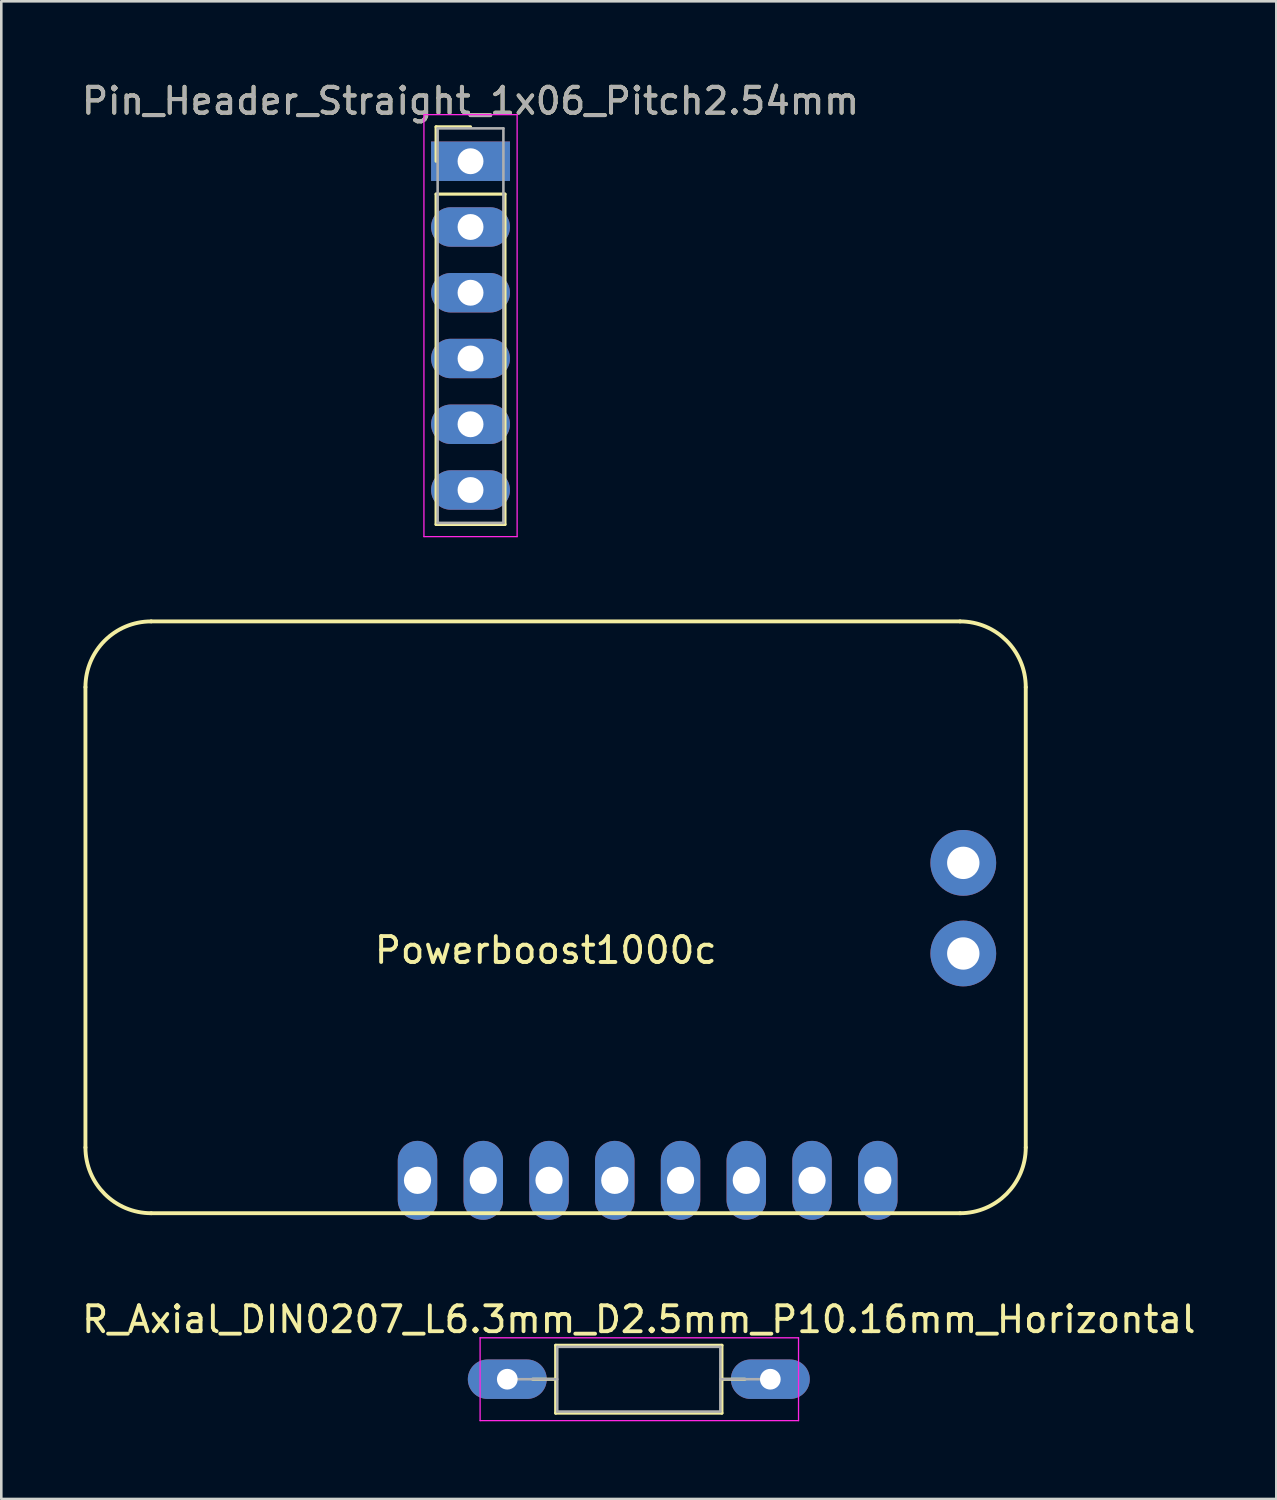
<source format=kicad_pcb>
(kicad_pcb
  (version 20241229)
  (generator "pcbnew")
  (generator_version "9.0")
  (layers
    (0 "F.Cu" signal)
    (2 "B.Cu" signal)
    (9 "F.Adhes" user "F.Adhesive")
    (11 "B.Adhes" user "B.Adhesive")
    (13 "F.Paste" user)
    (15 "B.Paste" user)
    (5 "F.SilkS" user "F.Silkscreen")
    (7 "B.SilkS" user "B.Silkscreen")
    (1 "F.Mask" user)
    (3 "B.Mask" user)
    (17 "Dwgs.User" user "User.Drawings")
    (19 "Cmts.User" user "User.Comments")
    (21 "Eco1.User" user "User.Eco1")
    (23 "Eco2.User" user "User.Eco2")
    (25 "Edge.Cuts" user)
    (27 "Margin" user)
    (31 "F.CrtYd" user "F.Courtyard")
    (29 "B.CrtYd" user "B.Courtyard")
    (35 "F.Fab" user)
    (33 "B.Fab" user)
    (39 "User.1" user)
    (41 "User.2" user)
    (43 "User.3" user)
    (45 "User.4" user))
  (footprint "Pin_Header_Straight_1x06_Pitch2.54mm"
    (layer "F.Cu")
    (at 15.125 3.178)
    (property "Reference" "Pin_Header_Straight_1x06_Pitch2.54mm" (at 0 -2.33 0) (layer "F.SilkS") (effects (font (size 1 1) (thickness 0.15))))
    (attr through_hole)
    (fp_line (start -1.33 -1.33) (end 0 -1.33) (stroke (width 0.12) (type solid)) (layer "F.SilkS"))
    (fp_line (start -1.33 0) (end -1.33 -1.33) (stroke (width 0.12) (type solid)) (layer "F.SilkS"))
    (fp_line (start -1.33 1.27) (end -1.33 14.03) (stroke (width 0.12) (type solid)) (layer "F.SilkS"))
    (fp_line (start -1.33 14.03) (end 1.33 14.03) (stroke (width 0.12) (type solid)) (layer "F.SilkS"))
    (fp_line (start 1.33 1.27) (end -1.33 1.27) (stroke (width 0.12) (type solid)) (layer "F.SilkS"))
    (fp_line (start 1.33 14.03) (end 1.33 1.27) (stroke (width 0.12) (type solid)) (layer "F.SilkS"))
    (fp_line (start -1.8 -1.8) (end -1.8 14.5) (stroke (width 0.05) (type solid)) (layer "F.CrtYd"))
    (fp_line (start -1.8 14.5) (end 1.8 14.5) (stroke (width 0.05) (type solid)) (layer "F.CrtYd"))
    (fp_line (start 1.8 -1.8) (end -1.8 -1.8) (stroke (width 0.05) (type solid)) (layer "F.CrtYd"))
    (fp_line (start 1.8 14.5) (end 1.8 -1.8) (stroke (width 0.05) (type solid)) (layer "F.CrtYd"))
    (fp_line (start -1.27 -1.27) (end -1.27 13.97) (stroke (width 0.1) (type solid)) (layer "F.Fab"))
    (fp_line (start -1.27 13.97) (end 1.27 13.97) (stroke (width 0.1) (type solid)) (layer "F.Fab"))
    (fp_line (start 1.27 -1.27) (end -1.27 -1.27) (stroke (width 0.1) (type solid)) (layer "F.Fab"))
    (fp_line (start 1.27 13.97) (end 1.27 -1.27) (stroke (width 0.1) (type solid)) (layer "F.Fab"))
    (fp_text user "${REFERENCE}" (at 0 -2.33 0) (layer "F.Fab") (effects (font (size 1 1) (thickness 0.15))))
    (pad "1" thru_hole rect (at 0 0) (size 3.048 1.524) (drill 1) (layers "*.Cu" "*.Mask"))
    (pad "2" thru_hole oval (at 0 2.54) (size 3.048 1.524) (drill 1) (layers "*.Cu" "*.Mask"))
    (pad "3" thru_hole oval (at 0 5.08) (size 3.048 1.524) (drill 1) (layers "*.Cu" "*.Mask"))
    (pad "4" thru_hole oval (at 0 7.62) (size 3.048 1.524) (drill 1) (layers "*.Cu" "*.Mask"))
    (pad "5" thru_hole oval (at 0 10.16) (size 3.048 1.524) (drill 1) (layers "*.Cu" "*.Mask"))
    (pad "6" thru_hole oval (at 0 12.7) (size 3.048 1.524) (drill 1) (layers "*.Cu" "*.Mask")))
  (footprint "Powerboost1000c"
    (layer "F.Cu")
    (at 0.25 20.953)
    (property "Reference" "Powerboost1000c" (at 17.78 12.7 0) (layer "F.SilkS") (effects (font (size 1 1) (thickness 0.15))))
    (attr through_hole)
    (fp_line (start 0 2.54) (end 0 20.32) (stroke (width 0.15) (type solid)) (layer "F.SilkS"))
    (fp_line (start 2.54 0) (end 33.782 0) (stroke (width 0.15) (type solid)) (layer "F.SilkS"))
    (fp_line (start 2.54 22.86) (end 33.782 22.86) (stroke (width 0.15) (type solid)) (layer "F.SilkS"))
    (fp_line (start 36.322 2.54) (end 36.322 20.32) (stroke (width 0.15) (type solid)) (layer "F.SilkS"))
    (fp_arc (start 0 2.54) (mid 0.743949 0.743949) (end 2.54 0) (stroke (width 0.15) (type solid)) (layer "F.SilkS"))
    (fp_arc (start 2.54 22.86) (mid 0.743949 22.116051) (end 0 20.32) (stroke (width 0.15) (type solid)) (layer "F.SilkS"))
    (fp_arc (start 33.782 0) (mid 35.578051 0.743949) (end 36.322 2.54) (stroke (width 0.15) (type solid)) (layer "F.SilkS"))
    (fp_arc (start 36.322 20.32) (mid 35.578051 22.116051) (end 33.782 22.86) (stroke (width 0.15) (type solid)) (layer "F.SilkS"))
    (pad "1" thru_hole oval (at 12.827 21.59) (size 1.524 3.048) (drill 1.05) (layers "*.Cu" "*.Mask"))
    (pad "2" thru_hole oval (at 15.367 21.59) (size 1.524 3.048) (drill 1.05) (layers "*.Cu" "*.Mask"))
    (pad "3" thru_hole oval (at 17.907 21.59) (size 1.524 3.048) (drill 1.05) (layers "*.Cu" "*.Mask"))
    (pad "4" thru_hole oval (at 20.447 21.59) (size 1.524 3.048) (drill 1.05) (layers "*.Cu" "*.Mask"))
    (pad "5" thru_hole oval (at 22.987 21.59) (size 1.524 3.048) (drill 1.05) (layers "*.Cu" "*.Mask"))
    (pad "6" thru_hole oval (at 25.527 21.59) (size 1.524 3.048) (drill 1.05) (layers "*.Cu" "*.Mask"))
    (pad "7" thru_hole oval (at 28.067 21.59) (size 1.524 3.048) (drill 1.05) (layers "*.Cu" "*.Mask"))
    (pad "8" thru_hole oval (at 30.607 21.59) (size 1.524 3.048) (drill 1.05) (layers "*.Cu" "*.Mask"))
    (pad "9" thru_hole circle (at 33.909 12.827) (size 2.54 2.54) (drill 1.25) (layers "*.Cu" "*.Mask"))
    (pad "10" thru_hole circle (at 33.909 9.327) (size 2.54 2.54) (drill 1.25) (layers "*.Cu" "*.Mask")))
  (footprint "R_Axial_DIN0207_L6.3mm_D2.5mm_P10.16mm_Horizontal"
    (layer "F.Cu")
    (at 16.545 50.225)
    (property "Reference" "R_Axial_DIN0207_L6.3mm_D2.5mm_P10.16mm_Horizontal" (at 5.08 -2.31 0) (layer "F.SilkS") (effects (font (size 1 1) (thickness 0.15))))
    (attr through_hole)
    (fp_line (start 0.98 0) (end 1.87 0) (stroke (width 0.12) (type solid)) (layer "F.SilkS"))
    (fp_line (start 1.87 -1.31) (end 1.87 1.31) (stroke (width 0.12) (type solid)) (layer "F.SilkS"))
    (fp_line (start 1.87 1.31) (end 8.29 1.31) (stroke (width 0.12) (type solid)) (layer "F.SilkS"))
    (fp_line (start 8.29 -1.31) (end 1.87 -1.31) (stroke (width 0.12) (type solid)) (layer "F.SilkS"))
    (fp_line (start 8.29 1.31) (end 8.29 -1.31) (stroke (width 0.12) (type solid)) (layer "F.SilkS"))
    (fp_line (start 9.18 0) (end 8.29 0) (stroke (width 0.12) (type solid)) (layer "F.SilkS"))
    (fp_line (start -1.05 -1.6) (end -1.05 1.6) (stroke (width 0.05) (type solid)) (layer "F.CrtYd"))
    (fp_line (start -1.05 1.6) (end 11.25 1.6) (stroke (width 0.05) (type solid)) (layer "F.CrtYd"))
    (fp_line (start 11.25 -1.6) (end -1.05 -1.6) (stroke (width 0.05) (type solid)) (layer "F.CrtYd"))
    (fp_line (start 11.25 1.6) (end 11.25 -1.6) (stroke (width 0.05) (type solid)) (layer "F.CrtYd"))
    (fp_line (start 0 0) (end 1.93 0) (stroke (width 0.1) (type solid)) (layer "F.Fab"))
    (fp_line (start 1.93 -1.25) (end 1.93 1.25) (stroke (width 0.1) (type solid)) (layer "F.Fab"))
    (fp_line (start 1.93 1.25) (end 8.23 1.25) (stroke (width 0.1) (type solid)) (layer "F.Fab"))
    (fp_line (start 8.23 -1.25) (end 1.93 -1.25) (stroke (width 0.1) (type solid)) (layer "F.Fab"))
    (fp_line (start 8.23 1.25) (end 8.23 -1.25) (stroke (width 0.1) (type solid)) (layer "F.Fab"))
    (fp_line (start 10.16 0) (end 8.23 0) (stroke (width 0.1) (type solid)) (layer "F.Fab"))
    (pad "1" thru_hole oval (at 0 0) (size 3.048 1.524) (drill 0.8) (layers "*.Cu" "*.Mask"))
    (pad "2" thru_hole oval (at 10.16 0) (size 3.048 1.524) (drill 0.8) (layers "*.Cu" "*.Mask")))
  (gr_rect
    (start -3 -3)
    (end 46.25 54.85)
    (stroke (width 0.1) (type default))
    (fill no)
    (layer "Edge.Cuts")))
</source>
